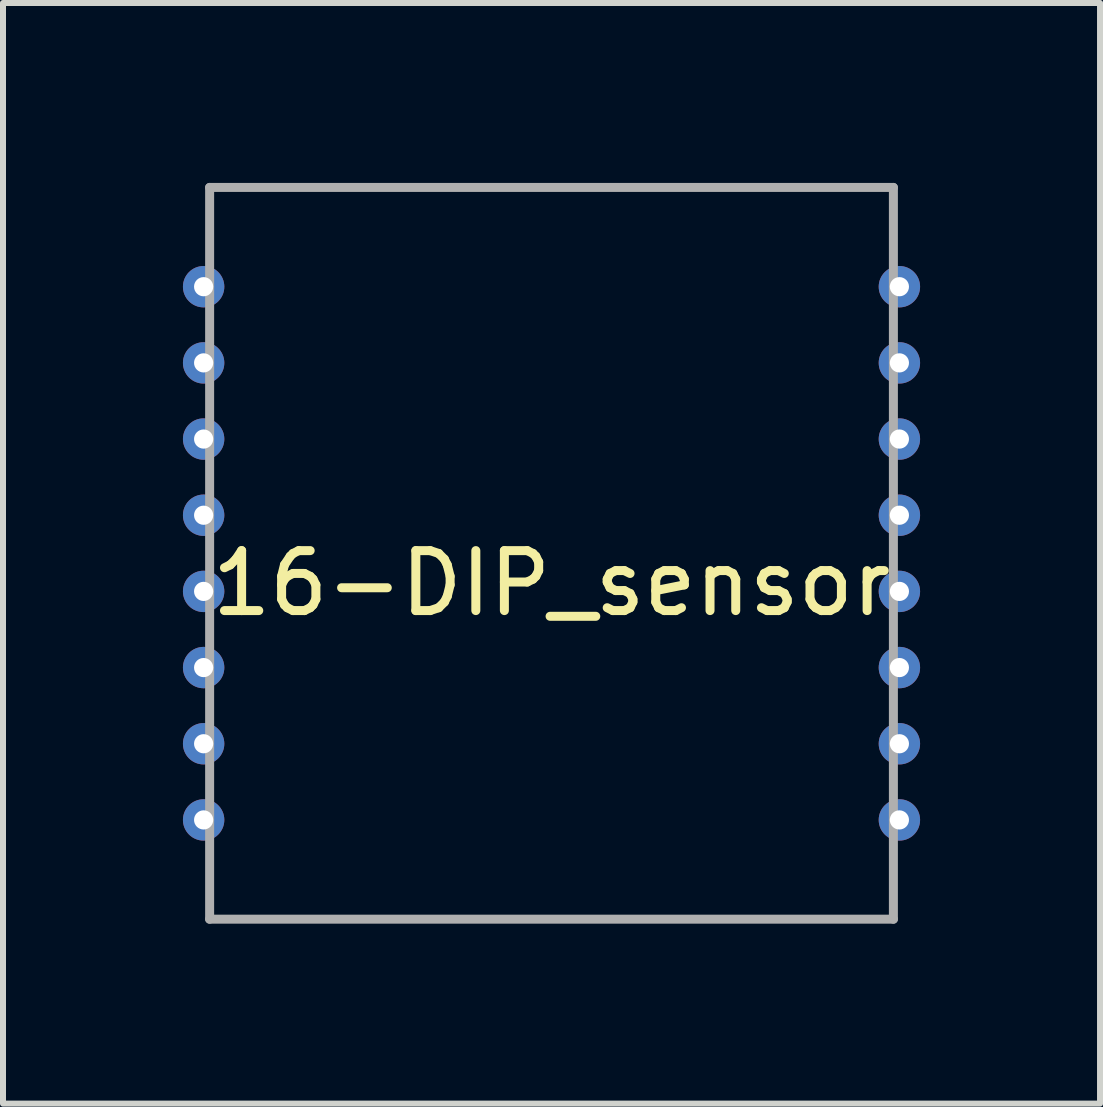
<source format=kicad_pcb>
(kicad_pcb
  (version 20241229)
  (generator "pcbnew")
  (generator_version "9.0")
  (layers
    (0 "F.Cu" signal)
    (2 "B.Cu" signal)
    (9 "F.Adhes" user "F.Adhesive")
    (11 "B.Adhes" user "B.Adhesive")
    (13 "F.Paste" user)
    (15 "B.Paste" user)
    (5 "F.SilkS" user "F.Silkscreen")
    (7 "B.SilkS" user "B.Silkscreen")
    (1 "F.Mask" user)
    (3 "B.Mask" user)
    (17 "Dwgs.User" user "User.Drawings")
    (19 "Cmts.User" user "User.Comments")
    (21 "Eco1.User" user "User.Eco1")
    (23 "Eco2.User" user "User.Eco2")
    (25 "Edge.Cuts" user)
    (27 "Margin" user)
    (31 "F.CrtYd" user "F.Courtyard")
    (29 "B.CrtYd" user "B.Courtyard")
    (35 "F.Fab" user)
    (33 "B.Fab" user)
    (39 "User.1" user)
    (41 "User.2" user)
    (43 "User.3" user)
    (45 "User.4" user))
  (footprint "16-DIP_sensor"
    (layer "F.Cu")
    (at 6.145 6.175)
    (property "Reference" "16-DIP_sensor" (at 0 0.5 0) (layer "F.SilkS") (effects (font (size 1 1) (thickness 0.15))))
    (attr through_hole)
    (fp_line (start -5.7 -6.1) (end -5.7 6.1) (stroke (width 0.15) (type solid)) (layer "F.Fab"))
    (fp_line (start -5.7 -6.1) (end 5.7 -6.1) (stroke (width 0.15) (type solid)) (layer "F.Fab"))
    (fp_line (start -5.7 6.1) (end 5.7 6.1) (stroke (width 0.15) (type solid)) (layer "F.Fab"))
    (fp_line (start 5.7 -6.1) (end 5.7 6.1) (stroke (width 0.15) (type solid)) (layer "F.Fab"))
    (pad "1" thru_hole circle (at 5.8 4.445) (size 0.69 0.69) (drill 0.32) (layers "*.Cu" "*.Mask"))
    (pad "2" thru_hole circle (at 5.8 3.175) (size 0.69 0.69) (drill 0.32) (layers "*.Cu" "*.Mask"))
    (pad "3" thru_hole circle (at 5.8 1.905) (size 0.69 0.69) (drill 0.32) (layers "*.Cu" "*.Mask"))
    (pad "4" thru_hole circle (at 5.8 0.635) (size 0.69 0.69) (drill 0.32) (layers "*.Cu" "*.Mask"))
    (pad "5" thru_hole circle (at 5.8 -0.635) (size 0.69 0.69) (drill 0.32) (layers "*.Cu" "*.Mask"))
    (pad "6" thru_hole circle (at 5.8 -1.905) (size 0.69 0.69) (drill 0.32) (layers "*.Cu" "*.Mask"))
    (pad "7" thru_hole circle (at 5.8 -3.175) (size 0.69 0.69) (drill 0.32) (layers "*.Cu" "*.Mask"))
    (pad "8" thru_hole circle (at 5.8 -4.445) (size 0.69 0.69) (drill 0.32) (layers "*.Cu" "*.Mask"))
    (pad "9" thru_hole circle (at -5.8 -4.445) (size 0.69 0.69) (drill 0.32) (layers "*.Cu" "*.Mask"))
    (pad "10" thru_hole circle (at -5.8 -3.175) (size 0.69 0.69) (drill 0.32) (layers "*.Cu" "*.Mask"))
    (pad "11" thru_hole circle (at -5.8 -1.905) (size 0.69 0.69) (drill 0.32) (layers "*.Cu" "*.Mask"))
    (pad "12" thru_hole circle (at -5.8 -0.635) (size 0.69 0.69) (drill 0.32) (layers "*.Cu" "*.Mask"))
    (pad "13" thru_hole circle (at -5.8 0.635) (size 0.69 0.69) (drill 0.32) (layers "*.Cu" "*.Mask"))
    (pad "14" thru_hole circle (at -5.8 1.905) (size 0.69 0.69) (drill 0.32) (layers "*.Cu" "*.Mask"))
    (pad "15" thru_hole circle (at -5.8 3.175) (size 0.69 0.69) (drill 0.32) (layers "*.Cu" "*.Mask"))
    (pad "16" thru_hole circle (at -5.8 4.445) (size 0.69 0.69) (drill 0.32) (layers "*.Cu" "*.Mask")))
  (gr_rect
    (start -3 -3)
    (end 15.29 15.35)
    (stroke (width 0.1) (type default))
    (fill no)
    (layer "Edge.Cuts")))
</source>
